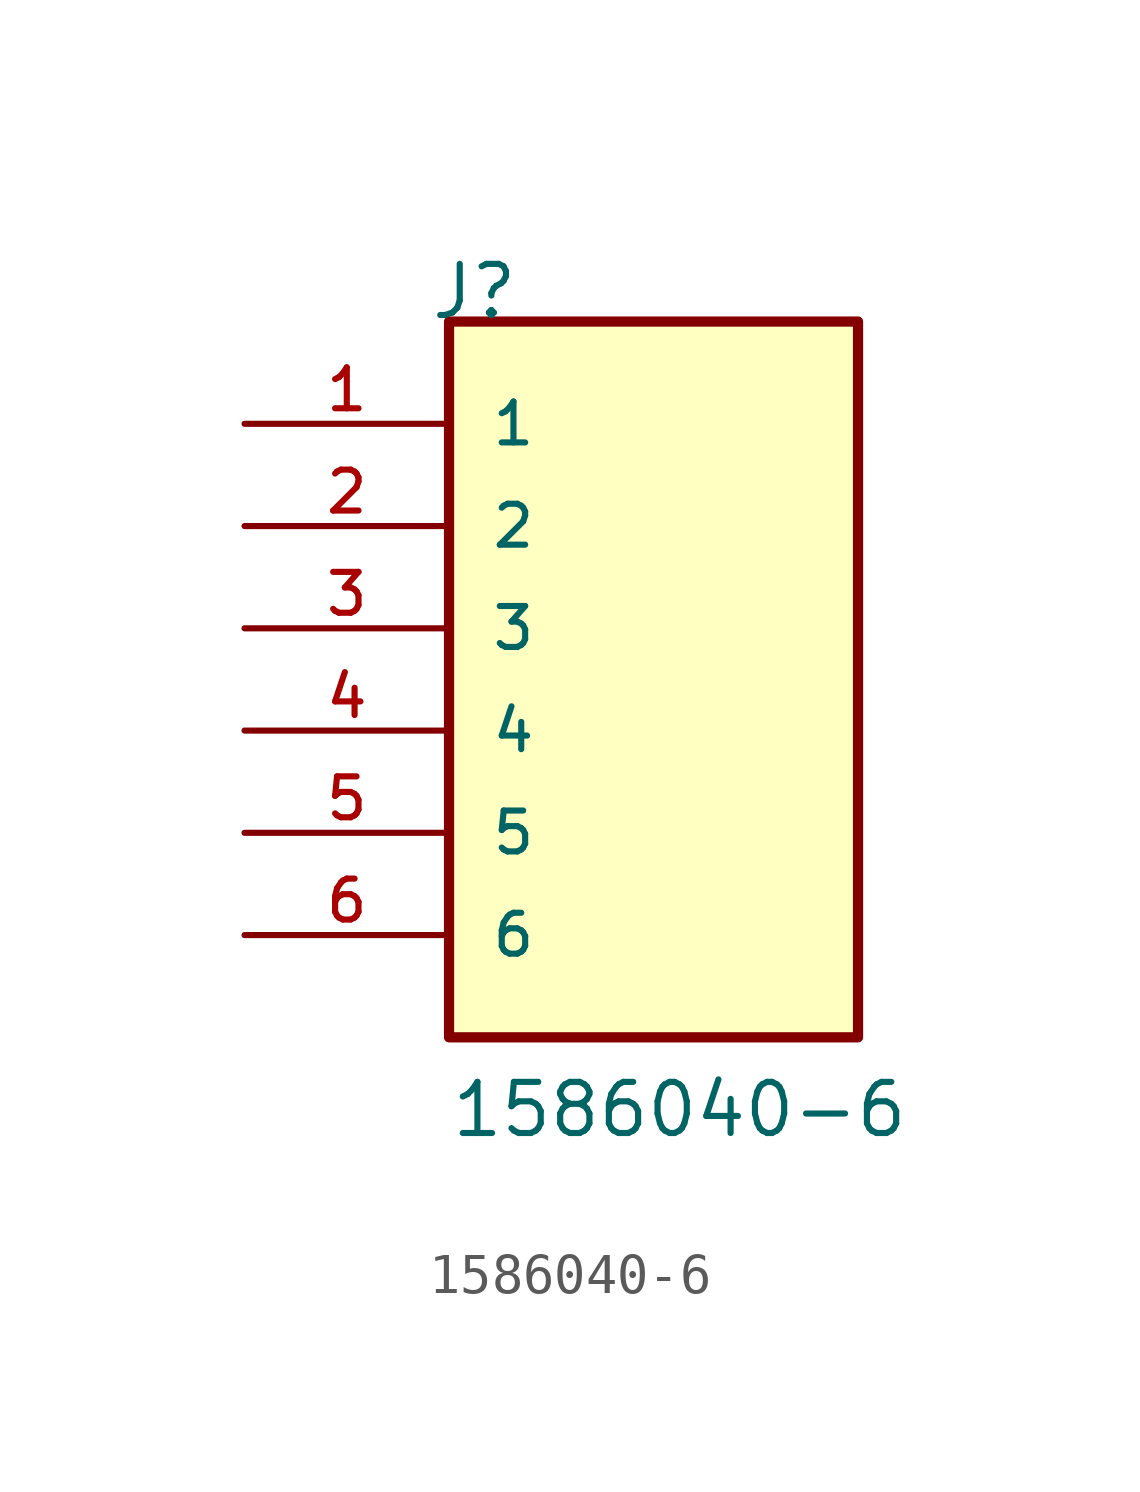
<source format=kicad_sym>
(kicad_symbol_lib
  (version 20211014)
  (generator kicad_symbol_editor)
  (symbol "1586040-6"
    (pin_names
      (offset 1.016))
    (property "Reference" "J"
      (at -5.58 10.16 0)
      (effects (font (size 1.27 1.27)) (justify bottom left)))
    (property "Value" "1586040-6"
      (at -5.08 -10.16 0)
      (effects (font (size 1.27 1.27)) (justify bottom left)))
    (symbol "1586040-6_0_0"
      (rectangle (start -5.08 -7.62) (end 5.08 10.16) (stroke (width 0.254)) (fill (type background)))
      (pin passive line (at -10.16 7.62 0) (length 5.08) (name "1" (effects (font (size 1.016 1.016)))) (number "1" (effects (font (size 1.016 1.016)))))
      (pin passive line (at -10.16 5.08 0) (length 5.08) (name "2" (effects (font (size 1.016 1.016)))) (number "2" (effects (font (size 1.016 1.016)))))
      (pin passive line (at -10.16 2.54 0) (length 5.08) (name "3" (effects (font (size 1.016 1.016)))) (number "3" (effects (font (size 1.016 1.016)))))
      (pin passive line (at -10.16 0.0 0) (length 5.08) (name "4" (effects (font (size 1.016 1.016)))) (number "4" (effects (font (size 1.016 1.016)))))
      (pin passive line (at -10.16 -2.54 0) (length 5.08) (name "5" (effects (font (size 1.016 1.016)))) (number "5" (effects (font (size 1.016 1.016)))))
      (pin passive line (at -10.16 -5.08 0) (length 5.08) (name "6" (effects (font (size 1.016 1.016)))) (number "6" (effects (font (size 1.016 1.016))))))))
</source>
